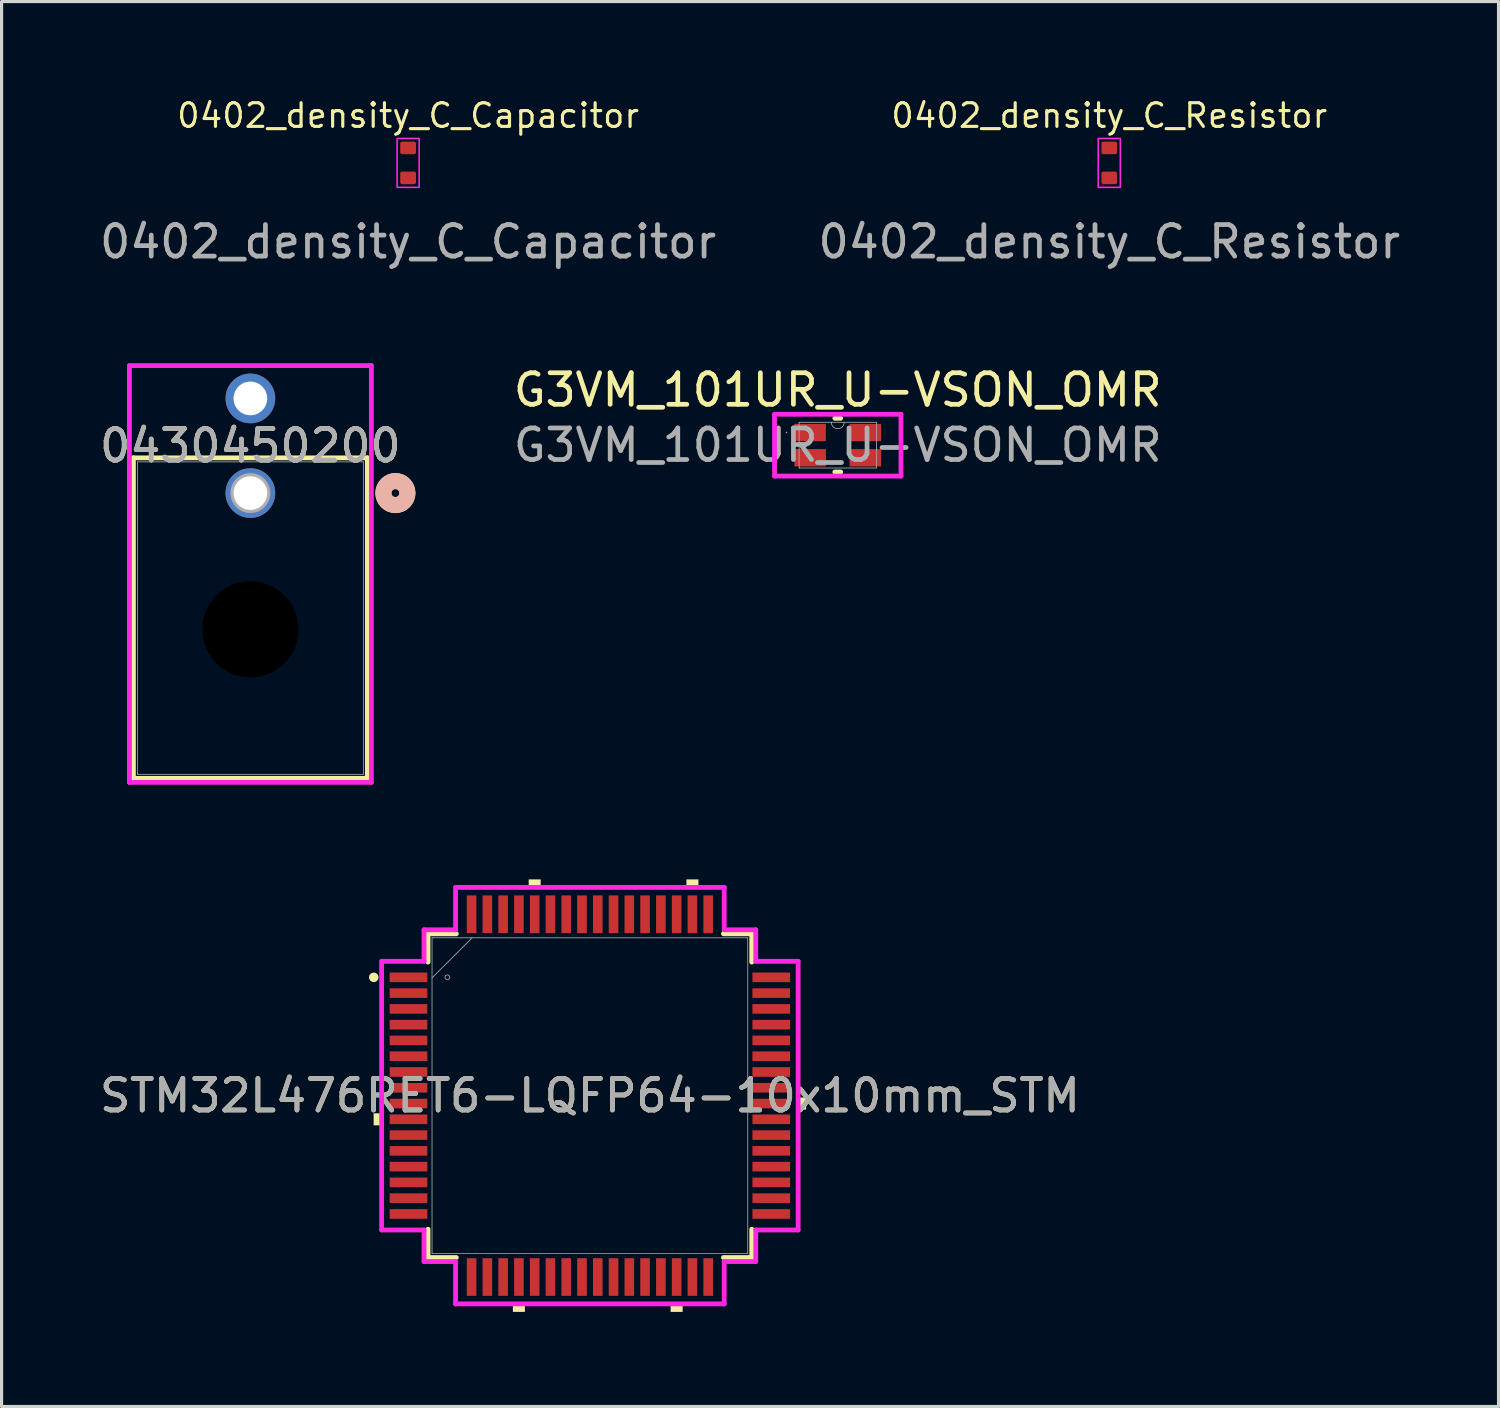
<source format=kicad_pcb>
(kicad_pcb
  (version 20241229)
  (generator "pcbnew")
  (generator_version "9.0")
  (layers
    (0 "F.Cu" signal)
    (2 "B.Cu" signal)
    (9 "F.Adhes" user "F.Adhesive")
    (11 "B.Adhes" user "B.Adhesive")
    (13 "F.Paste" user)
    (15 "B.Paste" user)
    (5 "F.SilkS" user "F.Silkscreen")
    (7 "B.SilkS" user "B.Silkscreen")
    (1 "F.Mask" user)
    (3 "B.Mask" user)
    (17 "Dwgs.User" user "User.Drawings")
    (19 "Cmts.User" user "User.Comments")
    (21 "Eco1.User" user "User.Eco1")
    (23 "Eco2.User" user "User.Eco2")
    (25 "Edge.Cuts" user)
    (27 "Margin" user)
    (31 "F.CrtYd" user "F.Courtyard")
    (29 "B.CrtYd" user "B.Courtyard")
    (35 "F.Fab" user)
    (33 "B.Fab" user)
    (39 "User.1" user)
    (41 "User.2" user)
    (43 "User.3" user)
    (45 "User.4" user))
  (footprint "0430450200"
    (layer "F.Cu")
    (at 4.887 12.58)
    (property "Reference" "0430450200" (at 0 -1.5 0) (unlocked yes) (layer "F.SilkS") (effects (font (size 1 1) (thickness 0.15))))
    (attr through_hole)
    (fp_line (start -3.708 -1.117) (end -3.708 9.043) (stroke (width 0.152) (type solid)) (layer "F.SilkS"))
    (fp_line (start -3.708 9.043) (end 3.708 9.043) (stroke (width 0.152) (type solid)) (layer "F.SilkS"))
    (fp_line (start 3.708 -1.117) (end -3.708 -1.117) (stroke (width 0.152) (type solid)) (layer "F.SilkS"))
    (fp_line (start 3.708 9.043) (end 3.708 -1.117) (stroke (width 0.152) (type solid)) (layer "F.SilkS"))
    (fp_circle (center 4.597 0) (end 4.978 0) (stroke (width 0.508) (type solid)) (fill no) (layer "F.SilkS"))
    (fp_circle (center 4.597 0) (end 4.978 0) (stroke (width 0.508) (type solid)) (fill no) (layer "B.SilkS"))
    (fp_line (start -3.835 -4.041) (end -3.835 9.17) (stroke (width 0.152) (type solid)) (layer "F.CrtYd"))
    (fp_line (start -3.835 9.17) (end 3.835 9.17) (stroke (width 0.152) (type solid)) (layer "F.CrtYd"))
    (fp_line (start 3.835 -4.041) (end -3.835 -4.041) (stroke (width 0.152) (type solid)) (layer "F.CrtYd"))
    (fp_line (start 3.835 9.17) (end 3.835 -4.041) (stroke (width 0.152) (type solid)) (layer "F.CrtYd"))
    (fp_line (start -3.581 -0.99) (end -3.581 8.916) (stroke (width 0.025) (type solid)) (layer "F.Fab"))
    (fp_line (start -3.581 8.916) (end 3.581 8.916) (stroke (width 0.025) (type solid)) (layer "F.Fab"))
    (fp_line (start 3.581 -0.99) (end -3.581 -0.99) (stroke (width 0.025) (type solid)) (layer "F.Fab"))
    (fp_line (start 3.581 8.916) (end 3.581 -0.99) (stroke (width 0.025) (type solid)) (layer "F.Fab"))
    (fp_circle (center 0 0) (end 0.381 0) (stroke (width 0.508) (type solid)) (fill no) (layer "F.Fab"))
    (fp_text user "${REFERENCE}" (at 0 -1.5 0) (unlocked yes) (layer "F.Fab") (effects (font (size 1 1) (thickness 0.15))))
    (pad "" np_thru_hole circle (at 0 4.32) (size 3.048 3.048) (drill 3.048) (layers))
    (pad "1" thru_hole circle (at 0 0) (size 1.575 1.575) (drill 1.067) (layers "*.Cu" "*.Mask"))
    (pad "2" thru_hole circle (at 0 -3) (size 1.575 1.575) (drill 1.067) (layers "*.Cu" "*.Mask")))
  (footprint "STM32L476RET6-LQFP64-10x10mm_STM"
    (layer "F.Cu")
    (at 15.649 31.681)
    (property "Reference" "STM32L476RET6-LQFP64-10x10mm_STM" (at 0 0 0) (unlocked yes) (layer "F.SilkS") (effects (font (size 1 1) (thickness 0.15))))
    (attr smd)
    (fp_line (start -5.131 -5.131) (end -5.131 -4.234) (stroke (width 0.152) (type solid)) (layer "F.SilkS"))
    (fp_line (start -5.131 4.234) (end -5.131 5.131) (stroke (width 0.152) (type solid)) (layer "F.SilkS"))
    (fp_line (start -5.131 5.131) (end -4.234 5.131) (stroke (width 0.152) (type solid)) (layer "F.SilkS"))
    (fp_line (start -4.234 -5.131) (end -5.131 -5.131) (stroke (width 0.152) (type solid)) (layer "F.SilkS"))
    (fp_line (start 4.234 5.131) (end 5.131 5.131) (stroke (width 0.152) (type solid)) (layer "F.SilkS"))
    (fp_line (start 5.131 -5.131) (end 4.234 -5.131) (stroke (width 0.152) (type solid)) (layer "F.SilkS"))
    (fp_line (start 5.131 -4.234) (end 5.131 -5.131) (stroke (width 0.152) (type solid)) (layer "F.SilkS"))
    (fp_line (start 5.131 5.131) (end 5.131 4.234) (stroke (width 0.152) (type solid)) (layer "F.SilkS"))
    (fp_circle (center -6.851 -3.75) (end -6.775 -3.75) (stroke (width 0.152) (type solid)) (fill no) (layer "F.SilkS"))
    (fp_poly (pts (xy -6.855 0.56) (xy -6.855 0.941) (xy -6.601 0.941) (xy -6.601 0.56)) (stroke (width 0) (type solid)) (fill yes) (layer "F.SilkS"))
    (fp_poly (pts (xy -2.441 6.601) (xy -2.441 6.855) (xy -2.06 6.855) (xy -2.06 6.601)) (stroke (width 0) (type solid)) (fill yes) (layer "F.SilkS"))
    (fp_poly (pts (xy -1.94 -6.601) (xy -1.94 -6.855) (xy -1.559 -6.855) (xy -1.559 -6.601)) (stroke (width 0) (type solid)) (fill yes) (layer "F.SilkS"))
    (fp_poly (pts (xy 2.559 6.601) (xy 2.559 6.855) (xy 2.941 6.855) (xy 2.941 6.601)) (stroke (width 0) (type solid)) (fill yes) (layer "F.SilkS"))
    (fp_poly (pts (xy 3.06 -6.601) (xy 3.06 -6.855) (xy 3.441 -6.855) (xy 3.441 -6.601)) (stroke (width 0) (type solid)) (fill yes) (layer "F.SilkS"))
    (fp_poly (pts (xy 6.855 0.059) (xy 6.855 0.441) (xy 6.601 0.441) (xy 6.601 0.059)) (stroke (width 0) (type solid)) (fill yes) (layer "F.SilkS"))
    (fp_line (start -6.601 -4.258) (end -5.258 -4.258) (stroke (width 0.152) (type solid)) (layer "F.CrtYd"))
    (fp_line (start -6.601 4.258) (end -6.601 -4.258) (stroke (width 0.152) (type solid)) (layer "F.CrtYd"))
    (fp_line (start -5.258 -5.258) (end -4.258 -5.258) (stroke (width 0.152) (type solid)) (layer "F.CrtYd"))
    (fp_line (start -5.258 -4.258) (end -5.258 -5.258) (stroke (width 0.152) (type solid)) (layer "F.CrtYd"))
    (fp_line (start -5.258 4.258) (end -6.601 4.258) (stroke (width 0.152) (type solid)) (layer "F.CrtYd"))
    (fp_line (start -5.258 5.258) (end -5.258 4.258) (stroke (width 0.152) (type solid)) (layer "F.CrtYd"))
    (fp_line (start -4.258 -6.601) (end 4.258 -6.601) (stroke (width 0.152) (type solid)) (layer "F.CrtYd"))
    (fp_line (start -4.258 -5.258) (end -4.258 -6.601) (stroke (width 0.152) (type solid)) (layer "F.CrtYd"))
    (fp_line (start -4.258 5.258) (end -5.258 5.258) (stroke (width 0.152) (type solid)) (layer "F.CrtYd"))
    (fp_line (start -4.258 6.601) (end -4.258 5.258) (stroke (width 0.152) (type solid)) (layer "F.CrtYd"))
    (fp_line (start 4.258 -6.601) (end 4.258 -5.258) (stroke (width 0.152) (type solid)) (layer "F.CrtYd"))
    (fp_line (start 4.258 -5.258) (end 5.258 -5.258) (stroke (width 0.152) (type solid)) (layer "F.CrtYd"))
    (fp_line (start 4.258 5.258) (end 4.258 6.601) (stroke (width 0.152) (type solid)) (layer "F.CrtYd"))
    (fp_line (start 4.258 6.601) (end -4.258 6.601) (stroke (width 0.152) (type solid)) (layer "F.CrtYd"))
    (fp_line (start 5.258 -5.258) (end 5.258 -4.258) (stroke (width 0.152) (type solid)) (layer "F.CrtYd"))
    (fp_line (start 5.258 -4.258) (end 6.601 -4.258) (stroke (width 0.152) (type solid)) (layer "F.CrtYd"))
    (fp_line (start 5.258 4.258) (end 5.258 5.258) (stroke (width 0.152) (type solid)) (layer "F.CrtYd"))
    (fp_line (start 5.258 5.258) (end 4.258 5.258) (stroke (width 0.152) (type solid)) (layer "F.CrtYd"))
    (fp_line (start 6.601 -4.258) (end 6.601 4.258) (stroke (width 0.152) (type solid)) (layer "F.CrtYd"))
    (fp_line (start 6.601 4.258) (end 5.258 4.258) (stroke (width 0.152) (type solid)) (layer "F.CrtYd"))
    (fp_line (start -5.004 -5.004) (end -5.004 5.004) (stroke (width 0.025) (type solid)) (layer "F.Fab"))
    (fp_line (start -5.004 -3.734) (end -3.734 -5.004) (stroke (width 0.025) (type solid)) (layer "F.Fab"))
    (fp_line (start -5.004 5.004) (end 5.004 5.004) (stroke (width 0.025) (type solid)) (layer "F.Fab"))
    (fp_line (start 5.004 -5.004) (end -5.004 -5.004) (stroke (width 0.025) (type solid)) (layer "F.Fab"))
    (fp_line (start 5.004 5.004) (end 5.004 -5.004) (stroke (width 0.025) (type solid)) (layer "F.Fab"))
    (fp_circle (center -4.518 -3.75) (end -4.442 -3.75) (stroke (width 0.025) (type solid)) (fill no) (layer "F.Fab"))
    (fp_text user "${REFERENCE}" (at 0 0 0) (unlocked yes) (layer "F.Fab") (effects (font (size 1 1) (thickness 0.15))))
    (pad "1" smd rect (at -5.75 -3.75) (size 1.194 0.305) (layers "F.Cu" "F.Mask" "F.Paste"))
    (pad "2" smd rect (at -5.75 -3.25) (size 1.194 0.305) (layers "F.Cu" "F.Mask" "F.Paste"))
    (pad "3" smd rect (at -5.75 -2.75) (size 1.194 0.305) (layers "F.Cu" "F.Mask" "F.Paste"))
    (pad "4" smd rect (at -5.75 -2.25) (size 1.194 0.305) (layers "F.Cu" "F.Mask" "F.Paste"))
    (pad "5" smd rect (at -5.75 -1.75) (size 1.194 0.305) (layers "F.Cu" "F.Mask" "F.Paste"))
    (pad "6" smd rect (at -5.75 -1.25) (size 1.194 0.305) (layers "F.Cu" "F.Mask" "F.Paste"))
    (pad "7" smd rect (at -5.75 -0.75) (size 1.194 0.305) (layers "F.Cu" "F.Mask" "F.Paste"))
    (pad "8" smd rect (at -5.75 -0.25) (size 1.194 0.305) (layers "F.Cu" "F.Mask" "F.Paste"))
    (pad "9" smd rect (at -5.75 0.25) (size 1.194 0.305) (layers "F.Cu" "F.Mask" "F.Paste"))
    (pad "10" smd rect (at -5.75 0.75) (size 1.194 0.305) (layers "F.Cu" "F.Mask" "F.Paste"))
    (pad "11" smd rect (at -5.75 1.25) (size 1.194 0.305) (layers "F.Cu" "F.Mask" "F.Paste"))
    (pad "12" smd rect (at -5.75 1.75) (size 1.194 0.305) (layers "F.Cu" "F.Mask" "F.Paste"))
    (pad "13" smd rect (at -5.75 2.25) (size 1.194 0.305) (layers "F.Cu" "F.Mask" "F.Paste"))
    (pad "14" smd rect (at -5.75 2.75) (size 1.194 0.305) (layers "F.Cu" "F.Mask" "F.Paste"))
    (pad "15" smd rect (at -5.75 3.25) (size 1.194 0.305) (layers "F.Cu" "F.Mask" "F.Paste"))
    (pad "16" smd rect (at -5.75 3.75) (size 1.194 0.305) (layers "F.Cu" "F.Mask" "F.Paste"))
    (pad "17" smd rect (at -3.75 5.75 90) (size 1.194 0.305) (layers "F.Cu" "F.Mask" "F.Paste"))
    (pad "18" smd rect (at -3.25 5.75 90) (size 1.194 0.305) (layers "F.Cu" "F.Mask" "F.Paste"))
    (pad "19" smd rect (at -2.75 5.75 90) (size 1.194 0.305) (layers "F.Cu" "F.Mask" "F.Paste"))
    (pad "20" smd rect (at -2.25 5.75 90) (size 1.194 0.305) (layers "F.Cu" "F.Mask" "F.Paste"))
    (pad "21" smd rect (at -1.75 5.75 90) (size 1.194 0.305) (layers "F.Cu" "F.Mask" "F.Paste"))
    (pad "22" smd rect (at -1.25 5.75 90) (size 1.194 0.305) (layers "F.Cu" "F.Mask" "F.Paste"))
    (pad "23" smd rect (at -0.75 5.75 90) (size 1.194 0.305) (layers "F.Cu" "F.Mask" "F.Paste"))
    (pad "24" smd rect (at -0.25 5.75 90) (size 1.194 0.305) (layers "F.Cu" "F.Mask" "F.Paste"))
    (pad "25" smd rect (at 0.25 5.75 90) (size 1.194 0.305) (layers "F.Cu" "F.Mask" "F.Paste"))
    (pad "26" smd rect (at 0.75 5.75 90) (size 1.194 0.305) (layers "F.Cu" "F.Mask" "F.Paste"))
    (pad "27" smd rect (at 1.25 5.75 90) (size 1.194 0.305) (layers "F.Cu" "F.Mask" "F.Paste"))
    (pad "28" smd rect (at 1.75 5.75 90) (size 1.194 0.305) (layers "F.Cu" "F.Mask" "F.Paste"))
    (pad "29" smd rect (at 2.25 5.75 90) (size 1.194 0.305) (layers "F.Cu" "F.Mask" "F.Paste"))
    (pad "30" smd rect (at 2.75 5.75 90) (size 1.194 0.305) (layers "F.Cu" "F.Mask" "F.Paste"))
    (pad "31" smd rect (at 3.25 5.75 90) (size 1.194 0.305) (layers "F.Cu" "F.Mask" "F.Paste"))
    (pad "32" smd rect (at 3.75 5.75 90) (size 1.194 0.305) (layers "F.Cu" "F.Mask" "F.Paste"))
    (pad "33" smd rect (at 5.75 3.75) (size 1.194 0.305) (layers "F.Cu" "F.Mask" "F.Paste"))
    (pad "34" smd rect (at 5.75 3.25) (size 1.194 0.305) (layers "F.Cu" "F.Mask" "F.Paste"))
    (pad "35" smd rect (at 5.75 2.75) (size 1.194 0.305) (layers "F.Cu" "F.Mask" "F.Paste"))
    (pad "36" smd rect (at 5.75 2.25) (size 1.194 0.305) (layers "F.Cu" "F.Mask" "F.Paste"))
    (pad "37" smd rect (at 5.75 1.75) (size 1.194 0.305) (layers "F.Cu" "F.Mask" "F.Paste"))
    (pad "38" smd rect (at 5.75 1.25) (size 1.194 0.305) (layers "F.Cu" "F.Mask" "F.Paste"))
    (pad "39" smd rect (at 5.75 0.75) (size 1.194 0.305) (layers "F.Cu" "F.Mask" "F.Paste"))
    (pad "40" smd rect (at 5.75 0.25) (size 1.194 0.305) (layers "F.Cu" "F.Mask" "F.Paste"))
    (pad "41" smd rect (at 5.75 -0.25) (size 1.194 0.305) (layers "F.Cu" "F.Mask" "F.Paste"))
    (pad "42" smd rect (at 5.75 -0.75) (size 1.194 0.305) (layers "F.Cu" "F.Mask" "F.Paste"))
    (pad "43" smd rect (at 5.75 -1.25) (size 1.194 0.305) (layers "F.Cu" "F.Mask" "F.Paste"))
    (pad "44" smd rect (at 5.75 -1.75) (size 1.194 0.305) (layers "F.Cu" "F.Mask" "F.Paste"))
    (pad "45" smd rect (at 5.75 -2.25) (size 1.194 0.305) (layers "F.Cu" "F.Mask" "F.Paste"))
    (pad "46" smd rect (at 5.75 -2.75) (size 1.194 0.305) (layers "F.Cu" "F.Mask" "F.Paste"))
    (pad "47" smd rect (at 5.75 -3.25) (size 1.194 0.305) (layers "F.Cu" "F.Mask" "F.Paste"))
    (pad "48" smd rect (at 5.75 -3.75) (size 1.194 0.305) (layers "F.Cu" "F.Mask" "F.Paste"))
    (pad "49" smd rect (at 3.75 -5.75 90) (size 1.194 0.305) (layers "F.Cu" "F.Mask" "F.Paste"))
    (pad "50" smd rect (at 3.25 -5.75 90) (size 1.194 0.305) (layers "F.Cu" "F.Mask" "F.Paste"))
    (pad "51" smd rect (at 2.75 -5.75 90) (size 1.194 0.305) (layers "F.Cu" "F.Mask" "F.Paste"))
    (pad "52" smd rect (at 2.25 -5.75 90) (size 1.194 0.305) (layers "F.Cu" "F.Mask" "F.Paste"))
    (pad "53" smd rect (at 1.75 -5.75 90) (size 1.194 0.305) (layers "F.Cu" "F.Mask" "F.Paste"))
    (pad "54" smd rect (at 1.25 -5.75 90) (size 1.194 0.305) (layers "F.Cu" "F.Mask" "F.Paste"))
    (pad "55" smd rect (at 0.75 -5.75 90) (size 1.194 0.305) (layers "F.Cu" "F.Mask" "F.Paste"))
    (pad "56" smd rect (at 0.25 -5.75 90) (size 1.194 0.305) (layers "F.Cu" "F.Mask" "F.Paste"))
    (pad "57" smd rect (at -0.25 -5.75 90) (size 1.194 0.305) (layers "F.Cu" "F.Mask" "F.Paste"))
    (pad "58" smd rect (at -0.75 -5.75 90) (size 1.194 0.305) (layers "F.Cu" "F.Mask" "F.Paste"))
    (pad "59" smd rect (at -1.25 -5.75 90) (size 1.194 0.305) (layers "F.Cu" "F.Mask" "F.Paste"))
    (pad "60" smd rect (at -1.75 -5.75 90) (size 1.194 0.305) (layers "F.Cu" "F.Mask" "F.Paste"))
    (pad "61" smd rect (at -2.25 -5.75 90) (size 1.194 0.305) (layers "F.Cu" "F.Mask" "F.Paste"))
    (pad "62" smd rect (at -2.75 -5.75 90) (size 1.194 0.305) (layers "F.Cu" "F.Mask" "F.Paste"))
    (pad "63" smd rect (at -3.25 -5.75 90) (size 1.194 0.305) (layers "F.Cu" "F.Mask" "F.Paste"))
    (pad "64" smd rect (at -3.75 -5.75 90) (size 1.194 0.305) (layers "F.Cu" "F.Mask" "F.Paste")))
  (footprint "0402_density_C_Capacitor"
    (layer "F.Cu")
    (at 9.887 2.114)
    (property "Reference" "0402_density_C_Capacitor" (at 0 -1.5 0) (unlocked yes) (layer "F.SilkS") (effects (font (size 0.75 0.75) (thickness 0.1))))
    (attr smd)
    (fp_rect (start -0.35 -0.775) (end 0.35 0.775) (stroke (width 0.05) (type solid)) (fill no) (layer "F.CrtYd"))
    (fp_text user "${REFERENCE}" (at 0 2.5 0) (unlocked yes) (layer "F.Fab") (effects (font (size 1 1) (thickness 0.15))))
    (pad "1" smd roundrect (at 0 -0.475) (size 0.5 0.4) (layers "F.Cu" "F.Mask" "F.Paste") (roundrect_rratio 0.15))
    (pad "2" smd roundrect (at 0 0.475) (size 0.5 0.4) (layers "F.Cu" "F.Mask" "F.Paste") (roundrect_rratio 0.15)))
  (footprint "0402_density_C_Resistor"
    (layer "F.Cu")
    (at 32.113 2.114)
    (property "Reference" "0402_density_C_Resistor" (at 0 -1.5 0) (unlocked yes) (layer "F.SilkS") (effects (font (size 0.75 0.75) (thickness 0.1))))
    (attr smd)
    (fp_rect (start -0.35 -0.775) (end 0.35 0.775) (stroke (width 0.05) (type solid)) (fill no) (layer "F.CrtYd"))
    (fp_text user "${REFERENCE}" (at 0 2.5 0) (unlocked yes) (layer "F.Fab") (effects (font (size 1 1) (thickness 0.15))))
    (pad "1" smd roundrect (at 0 -0.475) (size 0.5 0.4) (layers "F.Cu" "F.Mask" "F.Paste") (roundrect_rratio 0.15))
    (pad "2" smd roundrect (at 0 0.475) (size 0.5 0.4) (layers "F.Cu" "F.Mask" "F.Paste") (roundrect_rratio 0.15)))
  (footprint "G3VM_101UR_U-VSON_OMR"
    (layer "F.Cu")
    (at 23.506 11.061)
    (property "Reference" "G3VM_101UR_U-VSON_OMR" (at 0 -1.75 0) (unlocked yes) (layer "F.SilkS") (effects (font (size 1 1) (thickness 0.15))))
    (attr smd)
    (fp_line (start -0.093 0.852) (end 0.093 0.852) (stroke (width 0.152) (type solid)) (layer "F.SilkS"))
    (fp_line (start 0.093 -0.852) (end -0.093 -0.852) (stroke (width 0.152) (type solid)) (layer "F.SilkS"))
    (fp_line (start -2.004 -0.979) (end 2.004 -0.979) (stroke (width 0.152) (type solid)) (layer "F.CrtYd"))
    (fp_line (start -2.004 0.979) (end -2.004 -0.979) (stroke (width 0.152) (type solid)) (layer "F.CrtYd"))
    (fp_line (start 2.004 -0.979) (end 2.004 0.979) (stroke (width 0.152) (type solid)) (layer "F.CrtYd"))
    (fp_line (start 2.004 0.979) (end -2.004 0.979) (stroke (width 0.152) (type solid)) (layer "F.CrtYd"))
    (fp_line (start -1.225 -0.725) (end -1.225 0.725) (stroke (width 0.025) (type solid)) (layer "F.Fab"))
    (fp_line (start -1.225 0.725) (end 1.225 0.725) (stroke (width 0.025) (type solid)) (layer "F.Fab"))
    (fp_line (start 1.225 -0.725) (end -1.225 -0.725) (stroke (width 0.025) (type solid)) (layer "F.Fab"))
    (fp_line (start 1.225 0.725) (end 1.225 -0.725) (stroke (width 0.025) (type solid)) (layer "F.Fab"))
    (fp_arc (start 0.204167 -0.725) (mid 0 -0.520833) (end -0.204167 -0.725) (stroke (width 0.0254) (type solid)) (layer "F.Fab"))
    (fp_circle (center -1.623 -0.4) (end -1.623 -0.4) (stroke (width 0.025) (type solid)) (fill no) (layer "F.Fab"))
    (fp_text user "${REFERENCE}" (at 0 0 0) (unlocked yes) (layer "F.Fab") (effects (font (size 1 1) (thickness 0.15))))
    (pad "1" smd rect (at -0.875 -0.4) (size 1 0.55) (layers "F.Cu" "F.Mask" "F.Paste"))
    (pad "2" smd rect (at -0.875 0.4) (size 1 0.55) (layers "F.Cu" "F.Mask" "F.Paste"))
    (pad "3" smd rect (at 0.875 0.4) (size 1 0.55) (layers "F.Cu" "F.Mask" "F.Paste"))
    (pad "4" smd rect (at 0.875 -0.4) (size 1 0.55) (layers "F.Cu" "F.Mask" "F.Paste")))
  (gr_rect
    (start -3 -3)
    (end 44.452 41.536)
    (stroke (width 0.1) (type default))
    (fill no)
    (layer "Edge.Cuts")))
</source>
